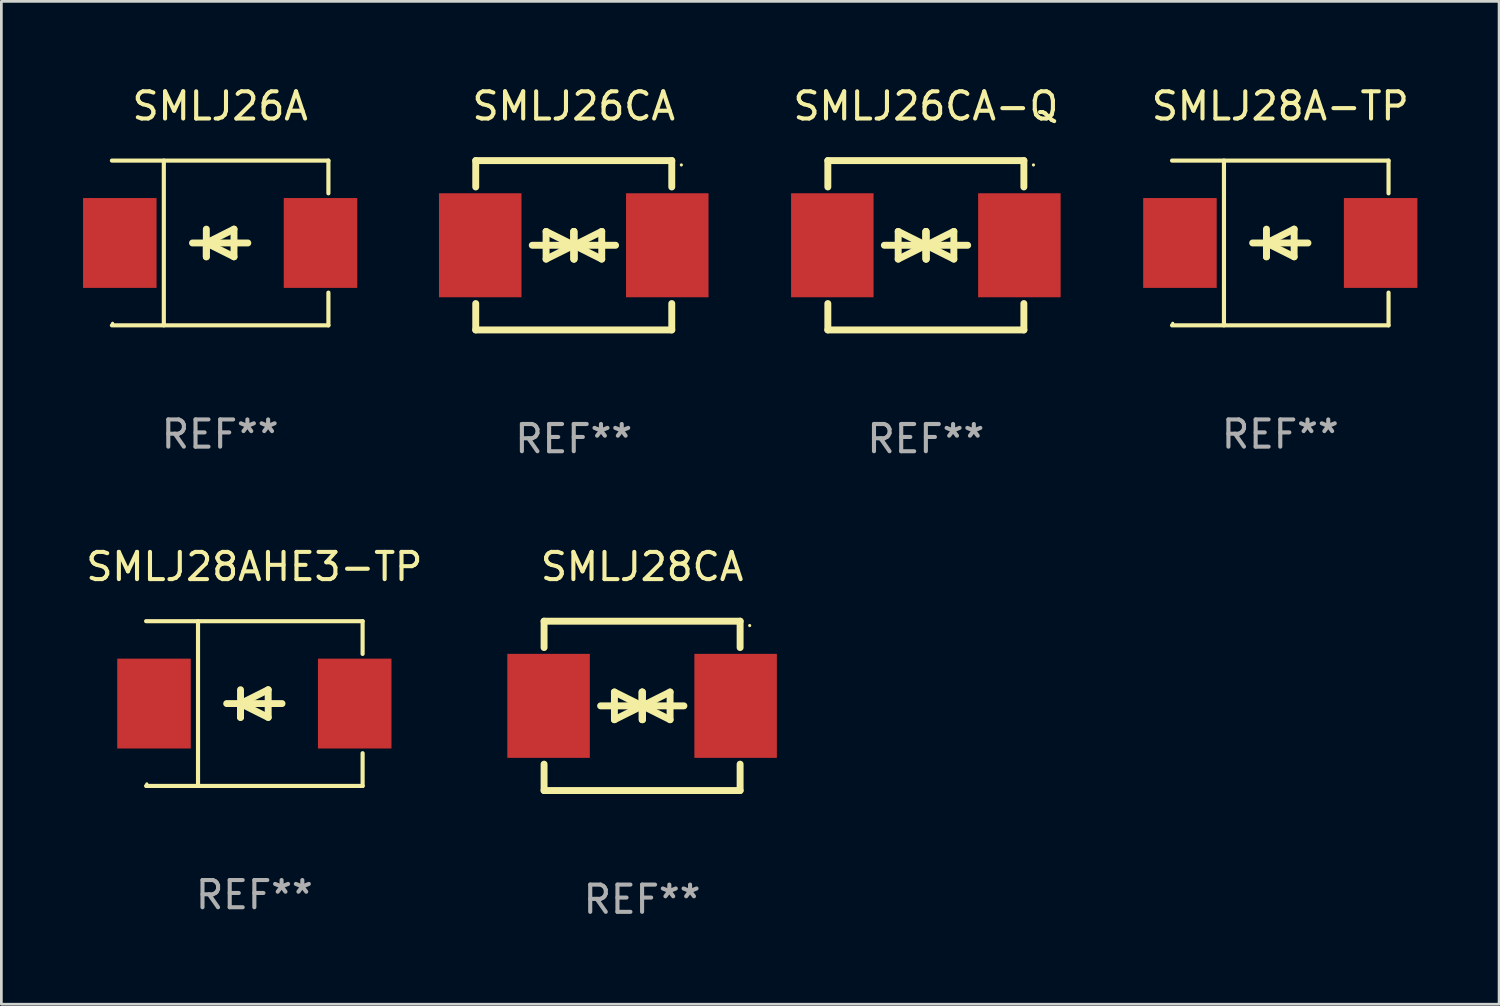
<source format=kicad_pcb>
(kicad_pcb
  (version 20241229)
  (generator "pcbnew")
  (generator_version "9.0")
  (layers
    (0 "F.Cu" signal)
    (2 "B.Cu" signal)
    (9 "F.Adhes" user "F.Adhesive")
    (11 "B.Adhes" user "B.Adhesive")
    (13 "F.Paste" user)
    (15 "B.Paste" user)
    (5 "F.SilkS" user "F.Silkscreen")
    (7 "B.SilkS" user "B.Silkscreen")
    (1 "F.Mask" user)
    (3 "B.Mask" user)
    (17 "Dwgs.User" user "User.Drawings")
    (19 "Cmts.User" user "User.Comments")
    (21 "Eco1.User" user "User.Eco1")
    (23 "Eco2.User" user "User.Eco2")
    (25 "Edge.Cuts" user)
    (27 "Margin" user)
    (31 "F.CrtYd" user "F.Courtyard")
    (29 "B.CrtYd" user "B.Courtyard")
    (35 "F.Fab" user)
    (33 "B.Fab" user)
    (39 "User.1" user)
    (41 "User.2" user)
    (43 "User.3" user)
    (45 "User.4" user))
  (footprint "SMLJ26A"
    (layer "F.Cu")
    (at 5.036 5.874)
    (property "Reference" "SMLJ26A" (at 0 -5.026 0) (layer "F.SilkS") (effects (font (size 1 1) (thickness 0.15))))
    (attr through_hole)
    (fp_line (start -3.976 -3.026) (end 3.976 -3.026) (stroke (width 0.152) (type solid)) (layer "F.SilkS"))
    (fp_line (start -3.976 3.026) (end 3.976 3.026) (stroke (width 0.152) (type solid)) (layer "F.SilkS"))
    (fp_line (start -2.069 -3.026) (end -2.069 3.026) (stroke (width 0.152) (type solid)) (layer "F.SilkS"))
    (fp_line (start -0.508 0) (end -0.508 0.508) (stroke (width 0.254) (type solid)) (layer "F.SilkS"))
    (fp_line (start -0.508 0) (end 0.508 0.508) (stroke (width 0.254) (type solid)) (layer "F.SilkS"))
    (fp_line (start -0.508 0.508) (end -0.508 -0.508) (stroke (width 0.254) (type solid)) (layer "F.SilkS"))
    (fp_line (start 0.508 -0.508) (end -0.508 0) (stroke (width 0.254) (type solid)) (layer "F.SilkS"))
    (fp_line (start 0.508 0.508) (end 0.508 -0.508) (stroke (width 0.254) (type solid)) (layer "F.SilkS"))
    (fp_line (start 1.016 0) (end -1.016 0) (stroke (width 0.254) (type solid)) (layer "F.SilkS"))
    (fp_line (start 3.976 -3.026) (end 3.976 -1.823) (stroke (width 0.152) (type solid)) (layer "F.SilkS"))
    (fp_line (start 3.976 3.026) (end 3.976 1.823) (stroke (width 0.152) (type solid)) (layer "F.SilkS"))
    (fp_circle (center -3.95 2.95) (end -3.92 2.95) (stroke (width 0.06) (type solid)) (fill no) (layer "F.SilkS"))
    (fp_text user "REF**" (at 0 7.026 0) (layer "F.Fab") (effects (font (size 1 1) (thickness 0.15))))
    (pad "1" smd rect (at -3.686 0) (size 2.7 3.3) (layers "F.Cu" "F.Mask" "F.Paste"))
    (pad "2" smd rect (at 3.686 0) (size 2.7 3.3) (layers "F.Cu" "F.Mask" "F.Paste")))
  (footprint "SMLJ26CA"
    (layer "F.Cu")
    (at 18.023 5.958)
    (property "Reference" "SMLJ26CA" (at 0 -5.11 0) (layer "F.SilkS") (effects (font (size 1 1) (thickness 0.15))))
    (attr through_hole)
    (fp_line (start -3.6 -2.141) (end -3.6 -3.11) (stroke (width 0.254) (type solid)) (layer "F.SilkS"))
    (fp_line (start -3.6 3.11) (end -3.6 2.141) (stroke (width 0.254) (type solid)) (layer "F.SilkS"))
    (fp_line (start -1.524 0) (end 0.508 0) (stroke (width 0.254) (type solid)) (layer "F.SilkS"))
    (fp_line (start -1.016 -0.508) (end -1.016 0.508) (stroke (width 0.254) (type solid)) (layer "F.SilkS"))
    (fp_line (start -1.016 0.508) (end 0 0) (stroke (width 0.254) (type solid)) (layer "F.SilkS"))
    (fp_line (start 0 -0.508) (end 0 0.508) (stroke (width 0.254) (type solid)) (layer "F.SilkS"))
    (fp_line (start 0 0) (end -1.016 -0.508) (stroke (width 0.254) (type solid)) (layer "F.SilkS"))
    (fp_line (start 0 0) (end 0 -0.508) (stroke (width 0.254) (type solid)) (layer "F.SilkS"))
    (fp_line (start 0.012 0) (end 0.012 0.508) (stroke (width 0.254) (type solid)) (layer "F.SilkS"))
    (fp_line (start 0.012 0) (end 1.028 0.508) (stroke (width 0.254) (type solid)) (layer "F.SilkS"))
    (fp_line (start 0.012 0.508) (end 0.012 -0.508) (stroke (width 0.254) (type solid)) (layer "F.SilkS"))
    (fp_line (start 1.028 -0.508) (end 0.012 0) (stroke (width 0.254) (type solid)) (layer "F.SilkS"))
    (fp_line (start 1.028 0.508) (end 1.028 -0.508) (stroke (width 0.254) (type solid)) (layer "F.SilkS"))
    (fp_line (start 1.536 0) (end -0.496 0) (stroke (width 0.254) (type solid)) (layer "F.SilkS"))
    (fp_line (start 3.6 -3.11) (end -3.6 -3.11) (stroke (width 0.254) (type solid)) (layer "F.SilkS"))
    (fp_line (start 3.6 -2.141) (end 3.6 -3.11) (stroke (width 0.254) (type solid)) (layer "F.SilkS"))
    (fp_line (start 3.6 3.11) (end -3.6 3.11) (stroke (width 0.254) (type solid)) (layer "F.SilkS"))
    (fp_line (start 3.6 3.11) (end 3.6 2.141) (stroke (width 0.254) (type solid)) (layer "F.SilkS"))
    (fp_circle (center 3.952 -2.95) (end 3.982 -2.95) (stroke (width 0.06) (type solid)) (fill no) (layer "F.SilkS"))
    (fp_text user "REF**" (at 0 7.11 0) (layer "F.Fab") (effects (font (size 1 1) (thickness 0.15))))
    (pad "1" smd rect (at 3.435 0) (size 3.03 3.82) (layers "F.Cu" "F.Mask" "F.Paste"))
    (pad "2" smd rect (at -3.435 0) (size 3.03 3.82) (layers "F.Cu" "F.Mask" "F.Paste")))
  (footprint "SMLJ26CA-Q"
    (layer "F.Cu")
    (at 30.955 5.958)
    (property "Reference" "SMLJ26CA-Q" (at 0 -5.11 0) (layer "F.SilkS") (effects (font (size 1 1) (thickness 0.15))))
    (attr through_hole)
    (fp_line (start -3.6 -2.141) (end -3.6 -3.11) (stroke (width 0.254) (type solid)) (layer "F.SilkS"))
    (fp_line (start -3.6 3.11) (end -3.6 2.141) (stroke (width 0.254) (type solid)) (layer "F.SilkS"))
    (fp_line (start -1.524 0) (end 0.508 0) (stroke (width 0.254) (type solid)) (layer "F.SilkS"))
    (fp_line (start -1.016 -0.508) (end -1.016 0.508) (stroke (width 0.254) (type solid)) (layer "F.SilkS"))
    (fp_line (start -1.016 0.508) (end 0 0) (stroke (width 0.254) (type solid)) (layer "F.SilkS"))
    (fp_line (start 0 -0.508) (end 0 0.508) (stroke (width 0.254) (type solid)) (layer "F.SilkS"))
    (fp_line (start 0 0) (end -1.016 -0.508) (stroke (width 0.254) (type solid)) (layer "F.SilkS"))
    (fp_line (start 0 0) (end 0 -0.508) (stroke (width 0.254) (type solid)) (layer "F.SilkS"))
    (fp_line (start 0.012 0) (end 0.012 0.508) (stroke (width 0.254) (type solid)) (layer "F.SilkS"))
    (fp_line (start 0.012 0) (end 1.028 0.508) (stroke (width 0.254) (type solid)) (layer "F.SilkS"))
    (fp_line (start 0.012 0.508) (end 0.012 -0.508) (stroke (width 0.254) (type solid)) (layer "F.SilkS"))
    (fp_line (start 1.028 -0.508) (end 0.012 0) (stroke (width 0.254) (type solid)) (layer "F.SilkS"))
    (fp_line (start 1.028 0.508) (end 1.028 -0.508) (stroke (width 0.254) (type solid)) (layer "F.SilkS"))
    (fp_line (start 1.536 0) (end -0.496 0) (stroke (width 0.254) (type solid)) (layer "F.SilkS"))
    (fp_line (start 3.6 -3.11) (end -3.6 -3.11) (stroke (width 0.254) (type solid)) (layer "F.SilkS"))
    (fp_line (start 3.6 -2.141) (end 3.6 -3.11) (stroke (width 0.254) (type solid)) (layer "F.SilkS"))
    (fp_line (start 3.6 3.11) (end -3.6 3.11) (stroke (width 0.254) (type solid)) (layer "F.SilkS"))
    (fp_line (start 3.6 3.11) (end 3.6 2.141) (stroke (width 0.254) (type solid)) (layer "F.SilkS"))
    (fp_circle (center 3.952 -2.95) (end 3.982 -2.95) (stroke (width 0.06) (type solid)) (fill no) (layer "F.SilkS"))
    (fp_text user "REF**" (at 0 7.11 0) (layer "F.Fab") (effects (font (size 1 1) (thickness 0.15))))
    (pad "1" smd rect (at 3.435 0) (size 3.03 3.82) (layers "F.Cu" "F.Mask" "F.Paste"))
    (pad "2" smd rect (at -3.435 0) (size 3.03 3.82) (layers "F.Cu" "F.Mask" "F.Paste")))
  (footprint "SMLJ28AHE3-TP"
    (layer "F.Cu")
    (at 6.292 22.791)
    (property "Reference" "SMLJ28AHE3-TP" (at 0 -5.026 0) (layer "F.SilkS") (effects (font (size 1 1) (thickness 0.15))))
    (attr through_hole)
    (fp_line (start -3.976 -3.026) (end 3.976 -3.026) (stroke (width 0.152) (type solid)) (layer "F.SilkS"))
    (fp_line (start -3.976 3.026) (end 3.976 3.026) (stroke (width 0.152) (type solid)) (layer "F.SilkS"))
    (fp_line (start -2.069 -3.026) (end -2.069 3.026) (stroke (width 0.152) (type solid)) (layer "F.SilkS"))
    (fp_line (start -0.508 0) (end -0.508 0.508) (stroke (width 0.254) (type solid)) (layer "F.SilkS"))
    (fp_line (start -0.508 0) (end 0.508 0.508) (stroke (width 0.254) (type solid)) (layer "F.SilkS"))
    (fp_line (start -0.508 0.508) (end -0.508 -0.508) (stroke (width 0.254) (type solid)) (layer "F.SilkS"))
    (fp_line (start 0.508 -0.508) (end -0.508 0) (stroke (width 0.254) (type solid)) (layer "F.SilkS"))
    (fp_line (start 0.508 0.508) (end 0.508 -0.508) (stroke (width 0.254) (type solid)) (layer "F.SilkS"))
    (fp_line (start 1.016 0) (end -1.016 0) (stroke (width 0.254) (type solid)) (layer "F.SilkS"))
    (fp_line (start 3.976 -3.026) (end 3.976 -1.823) (stroke (width 0.152) (type solid)) (layer "F.SilkS"))
    (fp_line (start 3.976 3.026) (end 3.976 1.823) (stroke (width 0.152) (type solid)) (layer "F.SilkS"))
    (fp_circle (center -3.95 2.95) (end -3.92 2.95) (stroke (width 0.06) (type solid)) (fill no) (layer "F.SilkS"))
    (fp_text user "REF**" (at 0 7.026 0) (layer "F.Fab") (effects (font (size 1 1) (thickness 0.15))))
    (pad "1" smd rect (at -3.686 0) (size 2.7 3.3) (layers "F.Cu" "F.Mask" "F.Paste"))
    (pad "2" smd rect (at 3.686 0) (size 2.7 3.3) (layers "F.Cu" "F.Mask" "F.Paste")))
  (footprint "SMLJ28CA"
    (layer "F.Cu")
    (at 20.533 22.875)
    (property "Reference" "SMLJ28CA" (at 0 -5.11 0) (layer "F.SilkS") (effects (font (size 1 1) (thickness 0.15))))
    (attr through_hole)
    (fp_line (start -3.6 -2.141) (end -3.6 -3.11) (stroke (width 0.254) (type solid)) (layer "F.SilkS"))
    (fp_line (start -3.6 3.11) (end -3.6 2.141) (stroke (width 0.254) (type solid)) (layer "F.SilkS"))
    (fp_line (start -1.524 0) (end 0.508 0) (stroke (width 0.254) (type solid)) (layer "F.SilkS"))
    (fp_line (start -1.016 -0.508) (end -1.016 0.508) (stroke (width 0.254) (type solid)) (layer "F.SilkS"))
    (fp_line (start -1.016 0.508) (end 0 0) (stroke (width 0.254) (type solid)) (layer "F.SilkS"))
    (fp_line (start 0 -0.508) (end 0 0.508) (stroke (width 0.254) (type solid)) (layer "F.SilkS"))
    (fp_line (start 0 0) (end -1.016 -0.508) (stroke (width 0.254) (type solid)) (layer "F.SilkS"))
    (fp_line (start 0 0) (end 0 -0.508) (stroke (width 0.254) (type solid)) (layer "F.SilkS"))
    (fp_line (start 0.012 0) (end 0.012 0.508) (stroke (width 0.254) (type solid)) (layer "F.SilkS"))
    (fp_line (start 0.012 0) (end 1.028 0.508) (stroke (width 0.254) (type solid)) (layer "F.SilkS"))
    (fp_line (start 0.012 0.508) (end 0.012 -0.508) (stroke (width 0.254) (type solid)) (layer "F.SilkS"))
    (fp_line (start 1.028 -0.508) (end 0.012 0) (stroke (width 0.254) (type solid)) (layer "F.SilkS"))
    (fp_line (start 1.028 0.508) (end 1.028 -0.508) (stroke (width 0.254) (type solid)) (layer "F.SilkS"))
    (fp_line (start 1.536 0) (end -0.496 0) (stroke (width 0.254) (type solid)) (layer "F.SilkS"))
    (fp_line (start 3.6 -3.11) (end -3.6 -3.11) (stroke (width 0.254) (type solid)) (layer "F.SilkS"))
    (fp_line (start 3.6 -2.141) (end 3.6 -3.11) (stroke (width 0.254) (type solid)) (layer "F.SilkS"))
    (fp_line (start 3.6 3.11) (end -3.6 3.11) (stroke (width 0.254) (type solid)) (layer "F.SilkS"))
    (fp_line (start 3.6 3.11) (end 3.6 2.141) (stroke (width 0.254) (type solid)) (layer "F.SilkS"))
    (fp_circle (center 3.952 -2.95) (end 3.982 -2.95) (stroke (width 0.06) (type solid)) (fill no) (layer "F.SilkS"))
    (fp_text user "REF**" (at 0 7.11 0) (layer "F.Fab") (effects (font (size 1 1) (thickness 0.15))))
    (pad "1" smd rect (at 3.435 0) (size 3.03 3.82) (layers "F.Cu" "F.Mask" "F.Paste"))
    (pad "2" smd rect (at -3.435 0) (size 3.03 3.82) (layers "F.Cu" "F.Mask" "F.Paste")))
  (footprint "SMLJ28A-TP"
    (layer "F.Cu")
    (at 43.973 5.874)
    (property "Reference" "SMLJ28A-TP" (at 0 -5.026 0) (layer "F.SilkS") (effects (font (size 1 1) (thickness 0.15))))
    (attr through_hole)
    (fp_line (start -3.976 -3.026) (end 3.976 -3.026) (stroke (width 0.152) (type solid)) (layer "F.SilkS"))
    (fp_line (start -3.976 3.026) (end 3.976 3.026) (stroke (width 0.152) (type solid)) (layer "F.SilkS"))
    (fp_line (start -2.069 -3.026) (end -2.069 3.026) (stroke (width 0.152) (type solid)) (layer "F.SilkS"))
    (fp_line (start -0.508 0) (end -0.508 0.508) (stroke (width 0.254) (type solid)) (layer "F.SilkS"))
    (fp_line (start -0.508 0) (end 0.508 0.508) (stroke (width 0.254) (type solid)) (layer "F.SilkS"))
    (fp_line (start -0.508 0.508) (end -0.508 -0.508) (stroke (width 0.254) (type solid)) (layer "F.SilkS"))
    (fp_line (start 0.508 -0.508) (end -0.508 0) (stroke (width 0.254) (type solid)) (layer "F.SilkS"))
    (fp_line (start 0.508 0.508) (end 0.508 -0.508) (stroke (width 0.254) (type solid)) (layer "F.SilkS"))
    (fp_line (start 1.016 0) (end -1.016 0) (stroke (width 0.254) (type solid)) (layer "F.SilkS"))
    (fp_line (start 3.976 -3.026) (end 3.976 -1.823) (stroke (width 0.152) (type solid)) (layer "F.SilkS"))
    (fp_line (start 3.976 3.026) (end 3.976 1.823) (stroke (width 0.152) (type solid)) (layer "F.SilkS"))
    (fp_circle (center -3.95 2.95) (end -3.92 2.95) (stroke (width 0.06) (type solid)) (fill no) (layer "F.SilkS"))
    (fp_text user "REF**" (at 0 7.026 0) (layer "F.Fab") (effects (font (size 1 1) (thickness 0.15))))
    (pad "1" smd rect (at -3.686 0) (size 2.7 3.3) (layers "F.Cu" "F.Mask" "F.Paste"))
    (pad "2" smd rect (at 3.686 0) (size 2.7 3.3) (layers "F.Cu" "F.Mask" "F.Paste")))
  (gr_rect
    (start -3 -3)
    (end 52.009 33.833)
    (stroke (width 0.1) (type default))
    (fill no)
    (layer "Edge.Cuts")))
</source>
